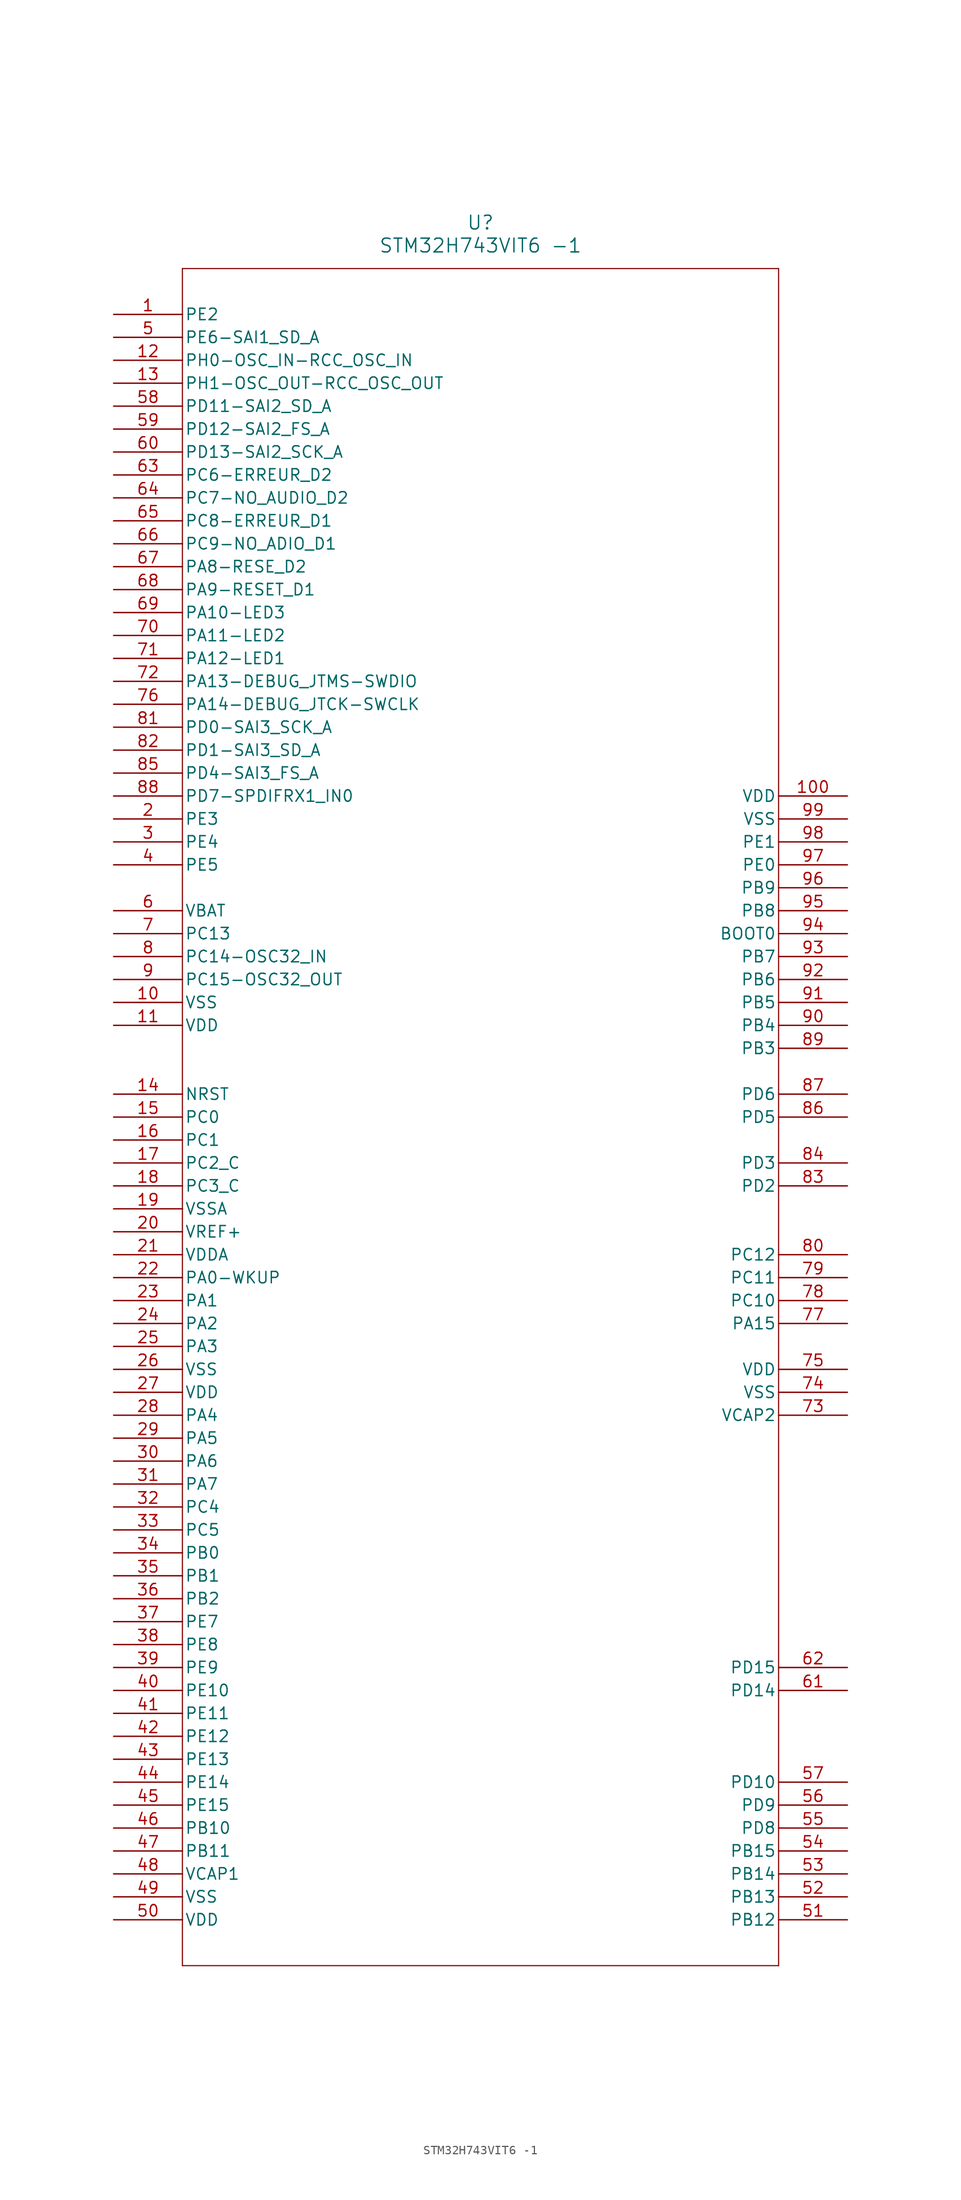
<source format=kicad_sym>
(kicad_symbol_lib
  (version 20231120)
  (generator "kicad_symbol_editor")
  (generator_version "8.0")
  (symbol "STM32H743VIT6 -1"
    (pin_names
      (offset 0.254))
    (property "Reference" "U"
      (at 40.64 10.16 0)
      (effects (font (size 1.524 1.524))))
    (property "Value" "STM32H743VIT6 -1"
      (at 40.64 7.62 0)
      (effects (font (size 1.524 1.524))))
    (property "ki_locked" ""
      (at 0 0 0)
      (effects (font (size 1.27 1.27))))
    (symbol "STM32H743VIT6 -1_0_1"
      (polyline (pts (xy 7.62 -182.88) (xy 73.66 -182.88)) (stroke (width 0.127) (type default)) (fill (type none)))
      (polyline (pts (xy 7.62 5.08) (xy 7.62 -182.88)) (stroke (width 0.127) (type default)) (fill (type none)))
      (polyline (pts (xy 73.66 -182.88) (xy 73.66 5.08)) (stroke (width 0.127) (type default)) (fill (type none)))
      (polyline (pts (xy 73.66 5.08) (xy 7.62 5.08)) (stroke (width 0.127) (type default)) (fill (type none)))
      (pin bidirectional line (at 0 0 0) (length 7.62) (name "PE2" (effects (font (size 1.27 1.27)))) (number "1" (effects (font (size 1.27 1.27)))))
      (pin power_in line (at 0 -76.2 0) (length 7.62) (name "VSS" (effects (font (size 1.27 1.27)))) (number "10" (effects (font (size 1.27 1.27)))))
      (pin power_in line (at 81.28 -53.34 180) (length 7.62) (name "VDD" (effects (font (size 1.27 1.27)))) (number "100" (effects (font (size 1.27 1.27)))))
      (pin power_in line (at 0 -78.74 0) (length 7.62) (name "VDD" (effects (font (size 1.27 1.27)))) (number "11" (effects (font (size 1.27 1.27)))))
      (pin unspecified line (at 0 -5.08 0) (length 7.62) (name "PH0-OSC_IN-RCC_OSC_IN" (effects (font (size 1.27 1.27)))) (number "12" (effects (font (size 1.27 1.27)))))
      (pin unspecified line (at 0 -7.62 0) (length 7.62) (name "PH1-OSC_OUT-RCC_OSC_OUT" (effects (font (size 1.27 1.27)))) (number "13" (effects (font (size 1.27 1.27)))))
      (pin bidirectional line (at 0 -86.36 0) (length 7.62) (name "NRST" (effects (font (size 1.27 1.27)))) (number "14" (effects (font (size 1.27 1.27)))))
      (pin bidirectional line (at 0 -88.9 0) (length 7.62) (name "PC0" (effects (font (size 1.27 1.27)))) (number "15" (effects (font (size 1.27 1.27)))))
      (pin bidirectional line (at 0 -91.44 0) (length 7.62) (name "PC1" (effects (font (size 1.27 1.27)))) (number "16" (effects (font (size 1.27 1.27)))))
      (pin bidirectional line (at 0 -93.98 0) (length 7.62) (name "PC2_C" (effects (font (size 1.27 1.27)))) (number "17" (effects (font (size 1.27 1.27)))))
      (pin bidirectional line (at 0 -96.52 0) (length 7.62) (name "PC3_C" (effects (font (size 1.27 1.27)))) (number "18" (effects (font (size 1.27 1.27)))))
      (pin power_in line (at 0 -99.06 0) (length 7.62) (name "VSSA" (effects (font (size 1.27 1.27)))) (number "19" (effects (font (size 1.27 1.27)))))
      (pin bidirectional line (at 0 -55.88 0) (length 7.62) (name "PE3" (effects (font (size 1.27 1.27)))) (number "2" (effects (font (size 1.27 1.27)))))
      (pin power_in line (at 0 -101.6 0) (length 7.62) (name "VREF+" (effects (font (size 1.27 1.27)))) (number "20" (effects (font (size 1.27 1.27)))))
      (pin power_in line (at 0 -104.14 0) (length 7.62) (name "VDDA" (effects (font (size 1.27 1.27)))) (number "21" (effects (font (size 1.27 1.27)))))
      (pin bidirectional line (at 0 -106.68 0) (length 7.62) (name "PA0-WKUP" (effects (font (size 1.27 1.27)))) (number "22" (effects (font (size 1.27 1.27)))))
      (pin bidirectional line (at 0 -109.22 0) (length 7.62) (name "PA1" (effects (font (size 1.27 1.27)))) (number "23" (effects (font (size 1.27 1.27)))))
      (pin bidirectional line (at 0 -111.76 0) (length 7.62) (name "PA2" (effects (font (size 1.27 1.27)))) (number "24" (effects (font (size 1.27 1.27)))))
      (pin bidirectional line (at 0 -114.3 0) (length 7.62) (name "PA3" (effects (font (size 1.27 1.27)))) (number "25" (effects (font (size 1.27 1.27)))))
      (pin power_in line (at 0 -116.84 0) (length 7.62) (name "VSS" (effects (font (size 1.27 1.27)))) (number "26" (effects (font (size 1.27 1.27)))))
      (pin power_in line (at 0 -119.38 0) (length 7.62) (name "VDD" (effects (font (size 1.27 1.27)))) (number "27" (effects (font (size 1.27 1.27)))))
      (pin bidirectional line (at 0 -121.92 0) (length 7.62) (name "PA4" (effects (font (size 1.27 1.27)))) (number "28" (effects (font (size 1.27 1.27)))))
      (pin bidirectional line (at 0 -124.46 0) (length 7.62) (name "PA5" (effects (font (size 1.27 1.27)))) (number "29" (effects (font (size 1.27 1.27)))))
      (pin bidirectional line (at 0 -58.42 0) (length 7.62) (name "PE4" (effects (font (size 1.27 1.27)))) (number "3" (effects (font (size 1.27 1.27)))))
      (pin bidirectional line (at 0 -127 0) (length 7.62) (name "PA6" (effects (font (size 1.27 1.27)))) (number "30" (effects (font (size 1.27 1.27)))))
      (pin bidirectional line (at 0 -129.54 0) (length 7.62) (name "PA7" (effects (font (size 1.27 1.27)))) (number "31" (effects (font (size 1.27 1.27)))))
      (pin bidirectional line (at 0 -132.08 0) (length 7.62) (name "PC4" (effects (font (size 1.27 1.27)))) (number "32" (effects (font (size 1.27 1.27)))))
      (pin bidirectional line (at 0 -134.62 0) (length 7.62) (name "PC5" (effects (font (size 1.27 1.27)))) (number "33" (effects (font (size 1.27 1.27)))))
      (pin bidirectional line (at 0 -137.16 0) (length 7.62) (name "PB0" (effects (font (size 1.27 1.27)))) (number "34" (effects (font (size 1.27 1.27)))))
      (pin bidirectional line (at 0 -139.7 0) (length 7.62) (name "PB1" (effects (font (size 1.27 1.27)))) (number "35" (effects (font (size 1.27 1.27)))))
      (pin bidirectional line (at 0 -142.24 0) (length 7.62) (name "PB2" (effects (font (size 1.27 1.27)))) (number "36" (effects (font (size 1.27 1.27)))))
      (pin bidirectional line (at 0 -144.78 0) (length 7.62) (name "PE7" (effects (font (size 1.27 1.27)))) (number "37" (effects (font (size 1.27 1.27)))))
      (pin bidirectional line (at 0 -147.32 0) (length 7.62) (name "PE8" (effects (font (size 1.27 1.27)))) (number "38" (effects (font (size 1.27 1.27)))))
      (pin bidirectional line (at 0 -149.86 0) (length 7.62) (name "PE9" (effects (font (size 1.27 1.27)))) (number "39" (effects (font (size 1.27 1.27)))))
      (pin bidirectional line (at 0 -60.96 0) (length 7.62) (name "PE5" (effects (font (size 1.27 1.27)))) (number "4" (effects (font (size 1.27 1.27)))))
      (pin bidirectional line (at 0 -152.4 0) (length 7.62) (name "PE10" (effects (font (size 1.27 1.27)))) (number "40" (effects (font (size 1.27 1.27)))))
      (pin bidirectional line (at 0 -154.94 0) (length 7.62) (name "PE11" (effects (font (size 1.27 1.27)))) (number "41" (effects (font (size 1.27 1.27)))))
      (pin bidirectional line (at 0 -157.48 0) (length 7.62) (name "PE12" (effects (font (size 1.27 1.27)))) (number "42" (effects (font (size 1.27 1.27)))))
      (pin bidirectional line (at 0 -160.02 0) (length 7.62) (name "PE13" (effects (font (size 1.27 1.27)))) (number "43" (effects (font (size 1.27 1.27)))))
      (pin bidirectional line (at 0 -162.56 0) (length 7.62) (name "PE14" (effects (font (size 1.27 1.27)))) (number "44" (effects (font (size 1.27 1.27)))))
      (pin bidirectional line (at 0 -165.1 0) (length 7.62) (name "PE15" (effects (font (size 1.27 1.27)))) (number "45" (effects (font (size 1.27 1.27)))))
      (pin bidirectional line (at 0 -167.64 0) (length 7.62) (name "PB10" (effects (font (size 1.27 1.27)))) (number "46" (effects (font (size 1.27 1.27)))))
      (pin bidirectional line (at 0 -170.18 0) (length 7.62) (name "PB11" (effects (font (size 1.27 1.27)))) (number "47" (effects (font (size 1.27 1.27)))))
      (pin power_in line (at 0 -172.72 0) (length 7.62) (name "VCAP1" (effects (font (size 1.27 1.27)))) (number "48" (effects (font (size 1.27 1.27)))))
      (pin power_in line (at 0 -175.26 0) (length 7.62) (name "VSS" (effects (font (size 1.27 1.27)))) (number "49" (effects (font (size 1.27 1.27)))))
      (pin unspecified line (at 0 -2.54 0) (length 7.62) (name "PE6-SAI1_SD_A" (effects (font (size 1.27 1.27)))) (number "5" (effects (font (size 1.27 1.27)))))
      (pin power_in line (at 0 -177.8 0) (length 7.62) (name "VDD" (effects (font (size 1.27 1.27)))) (number "50" (effects (font (size 1.27 1.27)))))
      (pin bidirectional line (at 81.28 -177.8 180) (length 7.62) (name "PB12" (effects (font (size 1.27 1.27)))) (number "51" (effects (font (size 1.27 1.27)))))
      (pin bidirectional line (at 81.28 -175.26 180) (length 7.62) (name "PB13" (effects (font (size 1.27 1.27)))) (number "52" (effects (font (size 1.27 1.27)))))
      (pin bidirectional line (at 81.28 -172.72 180) (length 7.62) (name "PB14" (effects (font (size 1.27 1.27)))) (number "53" (effects (font (size 1.27 1.27)))))
      (pin bidirectional line (at 81.28 -170.18 180) (length 7.62) (name "PB15" (effects (font (size 1.27 1.27)))) (number "54" (effects (font (size 1.27 1.27)))))
      (pin bidirectional line (at 81.28 -167.64 180) (length 7.62) (name "PD8" (effects (font (size 1.27 1.27)))) (number "55" (effects (font (size 1.27 1.27)))))
      (pin bidirectional line (at 81.28 -165.1 180) (length 7.62) (name "PD9" (effects (font (size 1.27 1.27)))) (number "56" (effects (font (size 1.27 1.27)))))
      (pin bidirectional line (at 81.28 -162.56 180) (length 7.62) (name "PD10" (effects (font (size 1.27 1.27)))) (number "57" (effects (font (size 1.27 1.27)))))
      (pin unspecified line (at 0 -10.16 0) (length 7.62) (name "PD11-SAI2_SD_A" (effects (font (size 1.27 1.27)))) (number "58" (effects (font (size 1.27 1.27)))))
      (pin unspecified line (at 0 -12.7 0) (length 7.62) (name "PD12-SAI2_FS_A" (effects (font (size 1.27 1.27)))) (number "59" (effects (font (size 1.27 1.27)))))
      (pin power_in line (at 0 -66.04 0) (length 7.62) (name "VBAT" (effects (font (size 1.27 1.27)))) (number "6" (effects (font (size 1.27 1.27)))))
      (pin unspecified line (at 0 -15.24 0) (length 7.62) (name "PD13-SAI2_SCK_A" (effects (font (size 1.27 1.27)))) (number "60" (effects (font (size 1.27 1.27)))))
      (pin bidirectional line (at 81.28 -152.4 180) (length 7.62) (name "PD14" (effects (font (size 1.27 1.27)))) (number "61" (effects (font (size 1.27 1.27)))))
      (pin bidirectional line (at 81.28 -149.86 180) (length 7.62) (name "PD15" (effects (font (size 1.27 1.27)))) (number "62" (effects (font (size 1.27 1.27)))))
      (pin unspecified line (at 0 -17.78 0) (length 7.62) (name "PC6-ERREUR_D2" (effects (font (size 1.27 1.27)))) (number "63" (effects (font (size 1.27 1.27)))))
      (pin unspecified line (at 0 -20.32 0) (length 7.62) (name "PC7-NO_AUDIO_D2" (effects (font (size 1.27 1.27)))) (number "64" (effects (font (size 1.27 1.27)))))
      (pin unspecified line (at 0 -22.86 0) (length 7.62) (name "PC8-ERREUR_D1" (effects (font (size 1.27 1.27)))) (number "65" (effects (font (size 1.27 1.27)))))
      (pin unspecified line (at 0 -25.4 0) (length 7.62) (name "PC9-NO_ADIO_D1" (effects (font (size 1.27 1.27)))) (number "66" (effects (font (size 1.27 1.27)))))
      (pin unspecified line (at 0 -27.94 0) (length 7.62) (name "PA8-RESE_D2" (effects (font (size 1.27 1.27)))) (number "67" (effects (font (size 1.27 1.27)))))
      (pin unspecified line (at 0 -30.48 0) (length 7.62) (name "PA9-RESET_D1" (effects (font (size 1.27 1.27)))) (number "68" (effects (font (size 1.27 1.27)))))
      (pin unspecified line (at 0 -33.02 0) (length 7.62) (name "PA10-LED3" (effects (font (size 1.27 1.27)))) (number "69" (effects (font (size 1.27 1.27)))))
      (pin bidirectional line (at 0 -68.58 0) (length 7.62) (name "PC13" (effects (font (size 1.27 1.27)))) (number "7" (effects (font (size 1.27 1.27)))))
      (pin unspecified line (at 0 -35.56 0) (length 7.62) (name "PA11-LED2" (effects (font (size 1.27 1.27)))) (number "70" (effects (font (size 1.27 1.27)))))
      (pin unspecified line (at 0 -38.1 0) (length 7.62) (name "PA12-LED1" (effects (font (size 1.27 1.27)))) (number "71" (effects (font (size 1.27 1.27)))))
      (pin unspecified line (at 0 -40.64 0) (length 7.62) (name "PA13-DEBUG_JTMS-SWDIO" (effects (font (size 1.27 1.27)))) (number "72" (effects (font (size 1.27 1.27)))))
      (pin power_in line (at 81.28 -121.92 180) (length 7.62) (name "VCAP2" (effects (font (size 1.27 1.27)))) (number "73" (effects (font (size 1.27 1.27)))))
      (pin power_in line (at 81.28 -119.38 180) (length 7.62) (name "VSS" (effects (font (size 1.27 1.27)))) (number "74" (effects (font (size 1.27 1.27)))))
      (pin power_in line (at 81.28 -116.84 180) (length 7.62) (name "VDD" (effects (font (size 1.27 1.27)))) (number "75" (effects (font (size 1.27 1.27)))))
      (pin unspecified line (at 0 -43.18 0) (length 7.62) (name "PA14-DEBUG_JTCK-SWCLK" (effects (font (size 1.27 1.27)))) (number "76" (effects (font (size 1.27 1.27)))))
      (pin bidirectional line (at 81.28 -111.76 180) (length 7.62) (name "PA15" (effects (font (size 1.27 1.27)))) (number "77" (effects (font (size 1.27 1.27)))))
      (pin bidirectional line (at 81.28 -109.22 180) (length 7.62) (name "PC10" (effects (font (size 1.27 1.27)))) (number "78" (effects (font (size 1.27 1.27)))))
      (pin bidirectional line (at 81.28 -106.68 180) (length 7.62) (name "PC11" (effects (font (size 1.27 1.27)))) (number "79" (effects (font (size 1.27 1.27)))))
      (pin bidirectional line (at 0 -71.12 0) (length 7.62) (name "PC14-OSC32_IN" (effects (font (size 1.27 1.27)))) (number "8" (effects (font (size 1.27 1.27)))))
      (pin bidirectional line (at 81.28 -104.14 180) (length 7.62) (name "PC12" (effects (font (size 1.27 1.27)))) (number "80" (effects (font (size 1.27 1.27)))))
      (pin unspecified line (at 0 -45.72 0) (length 7.62) (name "PD0-SAI3_SCK_A" (effects (font (size 1.27 1.27)))) (number "81" (effects (font (size 1.27 1.27)))))
      (pin unspecified line (at 0 -48.26 0) (length 7.62) (name "PD1-SAI3_SD_A" (effects (font (size 1.27 1.27)))) (number "82" (effects (font (size 1.27 1.27)))))
      (pin bidirectional line (at 81.28 -96.52 180) (length 7.62) (name "PD2" (effects (font (size 1.27 1.27)))) (number "83" (effects (font (size 1.27 1.27)))))
      (pin bidirectional line (at 81.28 -93.98 180) (length 7.62) (name "PD3" (effects (font (size 1.27 1.27)))) (number "84" (effects (font (size 1.27 1.27)))))
      (pin unspecified line (at 0 -50.8 0) (length 7.62) (name "PD4-SAI3_FS_A" (effects (font (size 1.27 1.27)))) (number "85" (effects (font (size 1.27 1.27)))))
      (pin bidirectional line (at 81.28 -88.9 180) (length 7.62) (name "PD5" (effects (font (size 1.27 1.27)))) (number "86" (effects (font (size 1.27 1.27)))))
      (pin bidirectional line (at 81.28 -86.36 180) (length 7.62) (name "PD6" (effects (font (size 1.27 1.27)))) (number "87" (effects (font (size 1.27 1.27)))))
      (pin unspecified line (at 0 -53.34 0) (length 7.62) (name "PD7-SPDIFRX1_IN0" (effects (font (size 1.27 1.27)))) (number "88" (effects (font (size 1.27 1.27)))))
      (pin bidirectional line (at 81.28 -81.28 180) (length 7.62) (name "PB3" (effects (font (size 1.27 1.27)))) (number "89" (effects (font (size 1.27 1.27)))))
      (pin bidirectional line (at 0 -73.66 0) (length 7.62) (name "PC15-OSC32_OUT" (effects (font (size 1.27 1.27)))) (number "9" (effects (font (size 1.27 1.27)))))
      (pin bidirectional line (at 81.28 -78.74 180) (length 7.62) (name "PB4" (effects (font (size 1.27 1.27)))) (number "90" (effects (font (size 1.27 1.27)))))
      (pin bidirectional line (at 81.28 -76.2 180) (length 7.62) (name "PB5" (effects (font (size 1.27 1.27)))) (number "91" (effects (font (size 1.27 1.27)))))
      (pin bidirectional line (at 81.28 -73.66 180) (length 7.62) (name "PB6" (effects (font (size 1.27 1.27)))) (number "92" (effects (font (size 1.27 1.27)))))
      (pin bidirectional line (at 81.28 -71.12 180) (length 7.62) (name "PB7" (effects (font (size 1.27 1.27)))) (number "93" (effects (font (size 1.27 1.27)))))
      (pin input line (at 81.28 -68.58 180) (length 7.62) (name "BOOT0" (effects (font (size 1.27 1.27)))) (number "94" (effects (font (size 1.27 1.27)))))
      (pin bidirectional line (at 81.28 -66.04 180) (length 7.62) (name "PB8" (effects (font (size 1.27 1.27)))) (number "95" (effects (font (size 1.27 1.27)))))
      (pin bidirectional line (at 81.28 -63.5 180) (length 7.62) (name "PB9" (effects (font (size 1.27 1.27)))) (number "96" (effects (font (size 1.27 1.27)))))
      (pin bidirectional line (at 81.28 -60.96 180) (length 7.62) (name "PE0" (effects (font (size 1.27 1.27)))) (number "97" (effects (font (size 1.27 1.27)))))
      (pin bidirectional line (at 81.28 -58.42 180) (length 7.62) (name "PE1" (effects (font (size 1.27 1.27)))) (number "98" (effects (font (size 1.27 1.27)))))
      (pin power_in line (at 81.28 -55.88 180) (length 7.62) (name "VSS" (effects (font (size 1.27 1.27)))) (number "99" (effects (font (size 1.27 1.27))))))))
</source>
